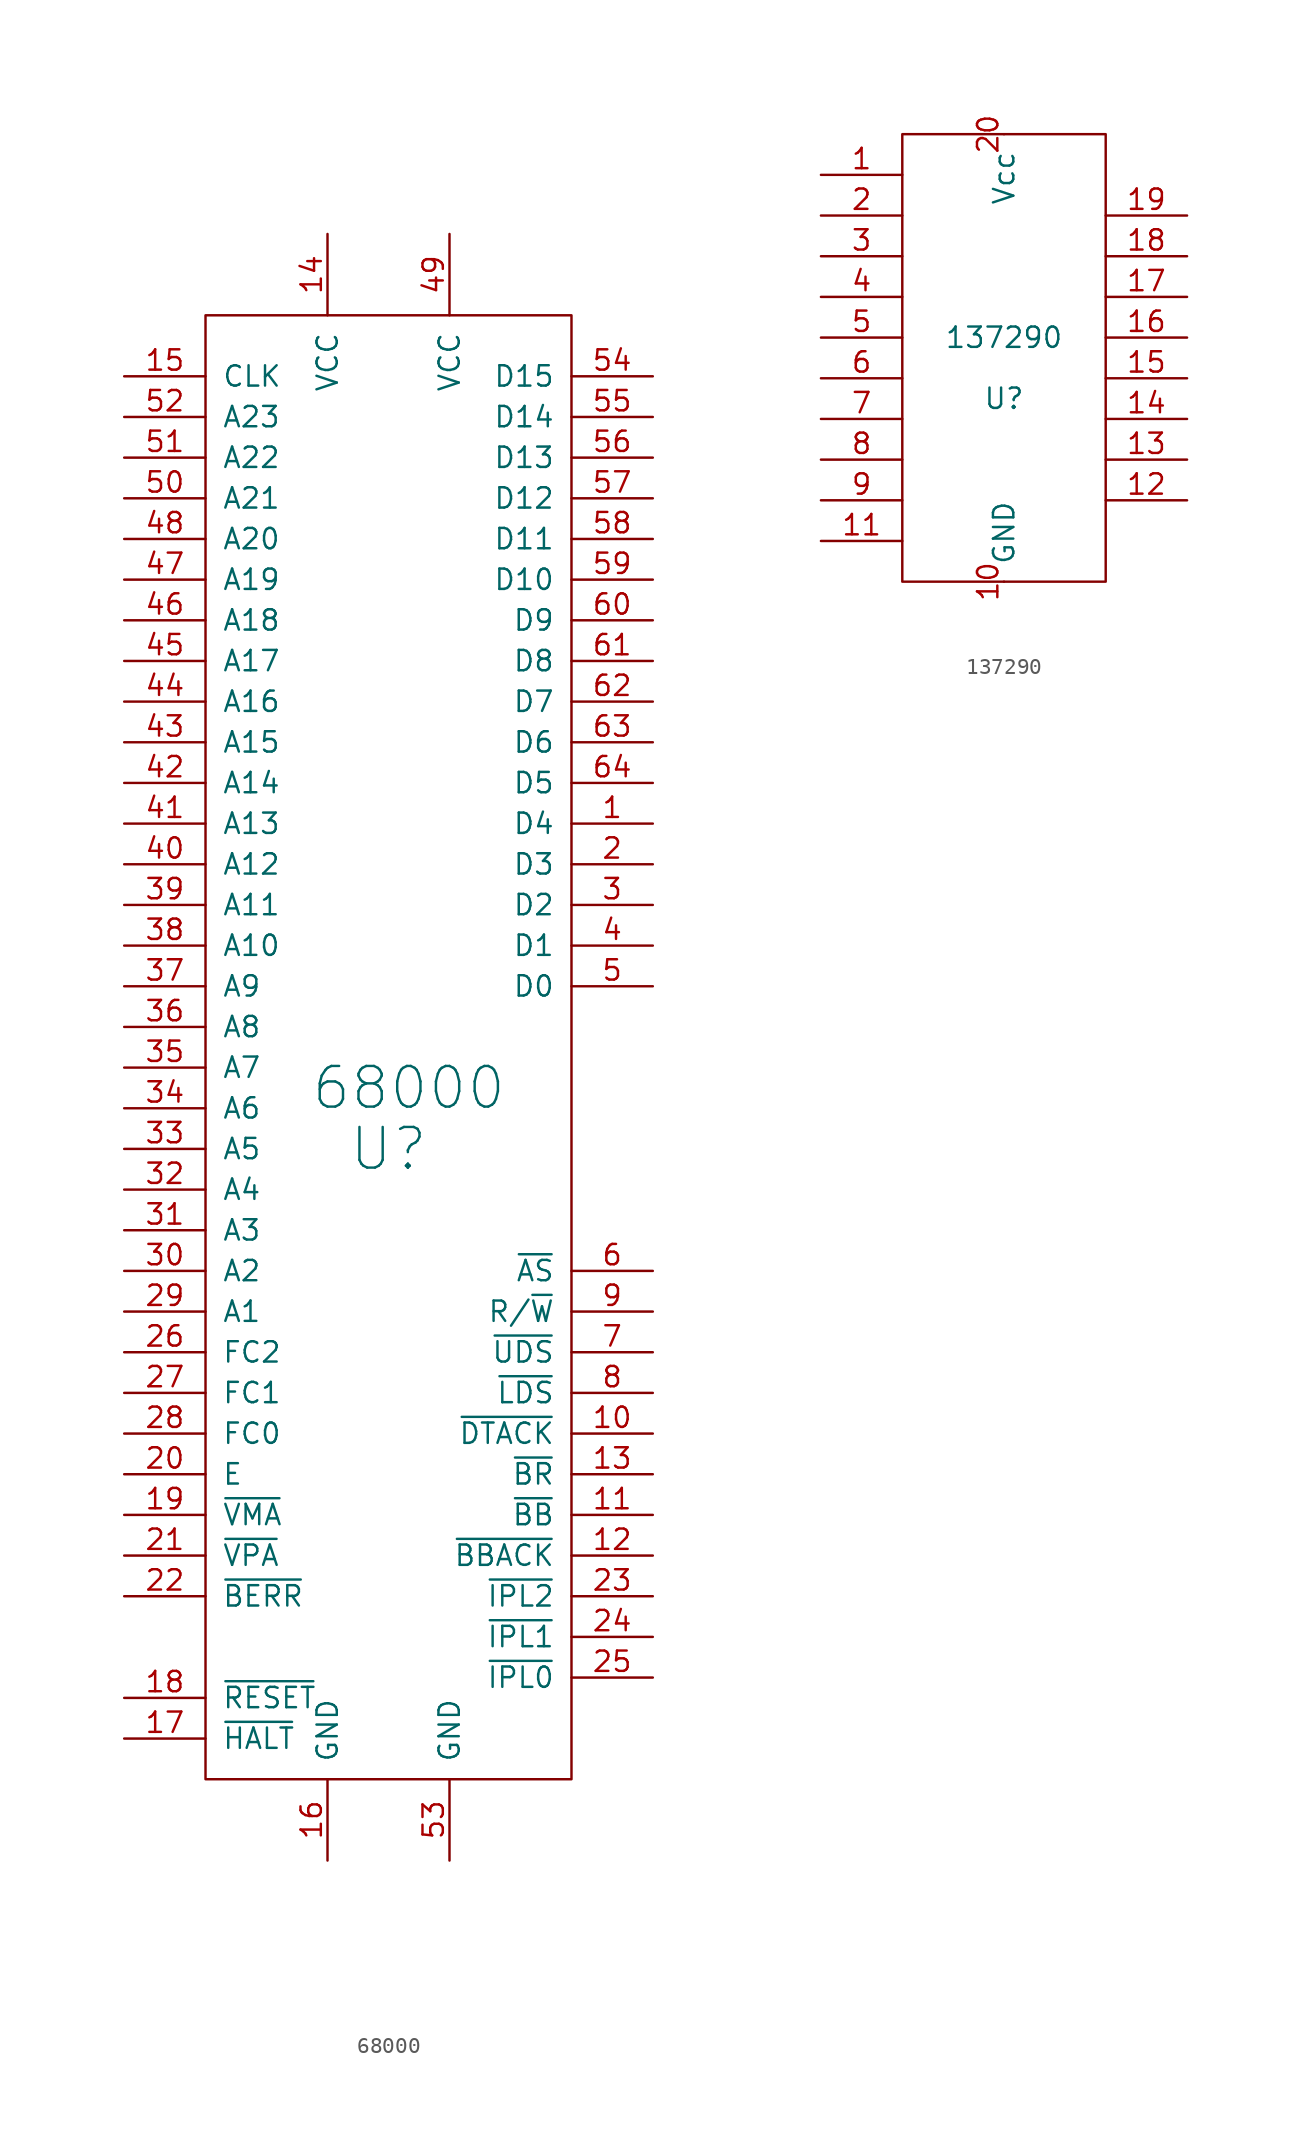
<source format=kicad_sym>
(kicad_symbol_lib
  (version 20211014)
  (generator kicad_symbol_editor)
  (symbol "68000"
    (pin_names
      (offset 1.016))
    (property "Reference" "U"
      (at 0 -6.35 0)
      (effects (font (size 2.54 2.54))))
    (property "Value" "68000"
      (at 1.27 -2.54 0)
      (effects (font (size 2.54 2.54))))
    (symbol "68000_0_1"
      (rectangle (start -11.43 45.72) (end 11.43 -45.72) (stroke (width 0) (type default) (color 0 0 0 0)) (fill (type none))))
    (symbol "68000_1_1"
      (pin bidirectional line (at 16.51 13.97 180) (length 5.08) (name "D4" (effects (font (size 1.27 1.27)))) (number "1" (effects (font (size 1.27 1.27)))))
      (pin input line (at 16.51 -24.13 180) (length 5.08) (name "~{DTACK}" (effects (font (size 1.27 1.27)))) (number "10" (effects (font (size 1.27 1.27)))))
      (pin output line (at 16.51 -29.21 180) (length 5.08) (name "~{BB}" (effects (font (size 1.27 1.27)))) (number "11" (effects (font (size 1.27 1.27)))))
      (pin input line (at 16.51 -31.75 180) (length 5.08) (name "~{BBACK}" (effects (font (size 1.27 1.27)))) (number "12" (effects (font (size 1.27 1.27)))))
      (pin input line (at 16.51 -26.67 180) (length 5.08) (name "~{BR}" (effects (font (size 1.27 1.27)))) (number "13" (effects (font (size 1.27 1.27)))))
      (pin power_in line (at -3.81 50.8 270) (length 5.08) (name "VCC" (effects (font (size 1.27 1.27)))) (number "14" (effects (font (size 1.27 1.27)))))
      (pin input line (at -16.51 41.91 0) (length 5.08) (name "CLK" (effects (font (size 1.27 1.27)))) (number "15" (effects (font (size 1.27 1.27)))))
      (pin power_in line (at -3.81 -50.8 90) (length 5.08) (name "GND" (effects (font (size 1.27 1.27)))) (number "16" (effects (font (size 1.27 1.27)))))
      (pin bidirectional line (at -16.51 -43.18 0) (length 5.08) (name "~{HALT}" (effects (font (size 1.27 1.27)))) (number "17" (effects (font (size 1.27 1.27)))))
      (pin bidirectional line (at -16.51 -40.64 0) (length 5.08) (name "~{RESET}" (effects (font (size 1.27 1.27)))) (number "18" (effects (font (size 1.27 1.27)))))
      (pin output line (at -16.51 -29.21 0) (length 5.08) (name "~{VMA}" (effects (font (size 1.27 1.27)))) (number "19" (effects (font (size 1.27 1.27)))))
      (pin bidirectional line (at 16.51 11.43 180) (length 5.08) (name "D3" (effects (font (size 1.27 1.27)))) (number "2" (effects (font (size 1.27 1.27)))))
      (pin output line (at -16.51 -26.67 0) (length 5.08) (name "E" (effects (font (size 1.27 1.27)))) (number "20" (effects (font (size 1.27 1.27)))))
      (pin input line (at -16.51 -31.75 0) (length 5.08) (name "~{VPA}" (effects (font (size 1.27 1.27)))) (number "21" (effects (font (size 1.27 1.27)))))
      (pin input line (at -16.51 -34.29 0) (length 5.08) (name "~{BERR}" (effects (font (size 1.27 1.27)))) (number "22" (effects (font (size 1.27 1.27)))))
      (pin input line (at 16.51 -34.29 180) (length 5.08) (name "~{IPL2}" (effects (font (size 1.27 1.27)))) (number "23" (effects (font (size 1.27 1.27)))))
      (pin input line (at 16.51 -36.83 180) (length 5.08) (name "~{IPL1}" (effects (font (size 1.27 1.27)))) (number "24" (effects (font (size 1.27 1.27)))))
      (pin input line (at 16.51 -39.37 180) (length 5.08) (name "~{IPL0}" (effects (font (size 1.27 1.27)))) (number "25" (effects (font (size 1.27 1.27)))))
      (pin output line (at -16.51 -19.05 0) (length 5.08) (name "FC2" (effects (font (size 1.27 1.27)))) (number "26" (effects (font (size 1.27 1.27)))))
      (pin output line (at -16.51 -21.59 0) (length 5.08) (name "FC1" (effects (font (size 1.27 1.27)))) (number "27" (effects (font (size 1.27 1.27)))))
      (pin output line (at -16.51 -24.13 0) (length 5.08) (name "FC0" (effects (font (size 1.27 1.27)))) (number "28" (effects (font (size 1.27 1.27)))))
      (pin output line (at -16.51 -16.51 0) (length 5.08) (name "A1" (effects (font (size 1.27 1.27)))) (number "29" (effects (font (size 1.27 1.27)))))
      (pin bidirectional line (at 16.51 8.89 180) (length 5.08) (name "D2" (effects (font (size 1.27 1.27)))) (number "3" (effects (font (size 1.27 1.27)))))
      (pin output line (at -16.51 -13.97 0) (length 5.08) (name "A2" (effects (font (size 1.27 1.27)))) (number "30" (effects (font (size 1.27 1.27)))))
      (pin output line (at -16.51 -11.43 0) (length 5.08) (name "A3" (effects (font (size 1.27 1.27)))) (number "31" (effects (font (size 1.27 1.27)))))
      (pin output line (at -16.51 -8.89 0) (length 5.08) (name "A4" (effects (font (size 1.27 1.27)))) (number "32" (effects (font (size 1.27 1.27)))))
      (pin output line (at -16.51 -6.35 0) (length 5.08) (name "A5" (effects (font (size 1.27 1.27)))) (number "33" (effects (font (size 1.27 1.27)))))
      (pin output line (at -16.51 -3.81 0) (length 5.08) (name "A6" (effects (font (size 1.27 1.27)))) (number "34" (effects (font (size 1.27 1.27)))))
      (pin output line (at -16.51 -1.27 0) (length 5.08) (name "A7" (effects (font (size 1.27 1.27)))) (number "35" (effects (font (size 1.27 1.27)))))
      (pin output line (at -16.51 1.27 0) (length 5.08) (name "A8" (effects (font (size 1.27 1.27)))) (number "36" (effects (font (size 1.27 1.27)))))
      (pin output line (at -16.51 3.81 0) (length 5.08) (name "A9" (effects (font (size 1.27 1.27)))) (number "37" (effects (font (size 1.27 1.27)))))
      (pin output line (at -16.51 6.35 0) (length 5.08) (name "A10" (effects (font (size 1.27 1.27)))) (number "38" (effects (font (size 1.27 1.27)))))
      (pin output line (at -16.51 8.89 0) (length 5.08) (name "A11" (effects (font (size 1.27 1.27)))) (number "39" (effects (font (size 1.27 1.27)))))
      (pin bidirectional line (at 16.51 6.35 180) (length 5.08) (name "D1" (effects (font (size 1.27 1.27)))) (number "4" (effects (font (size 1.27 1.27)))))
      (pin output line (at -16.51 11.43 0) (length 5.08) (name "A12" (effects (font (size 1.27 1.27)))) (number "40" (effects (font (size 1.27 1.27)))))
      (pin output line (at -16.51 13.97 0) (length 5.08) (name "A13" (effects (font (size 1.27 1.27)))) (number "41" (effects (font (size 1.27 1.27)))))
      (pin output line (at -16.51 16.51 0) (length 5.08) (name "A14" (effects (font (size 1.27 1.27)))) (number "42" (effects (font (size 1.27 1.27)))))
      (pin output line (at -16.51 19.05 0) (length 5.08) (name "A15" (effects (font (size 1.27 1.27)))) (number "43" (effects (font (size 1.27 1.27)))))
      (pin output line (at -16.51 21.59 0) (length 5.08) (name "A16" (effects (font (size 1.27 1.27)))) (number "44" (effects (font (size 1.27 1.27)))))
      (pin output line (at -16.51 24.13 0) (length 5.08) (name "A17" (effects (font (size 1.27 1.27)))) (number "45" (effects (font (size 1.27 1.27)))))
      (pin output line (at -16.51 26.67 0) (length 5.08) (name "A18" (effects (font (size 1.27 1.27)))) (number "46" (effects (font (size 1.27 1.27)))))
      (pin output line (at -16.51 29.21 0) (length 5.08) (name "A19" (effects (font (size 1.27 1.27)))) (number "47" (effects (font (size 1.27 1.27)))))
      (pin output line (at -16.51 31.75 0) (length 5.08) (name "A20" (effects (font (size 1.27 1.27)))) (number "48" (effects (font (size 1.27 1.27)))))
      (pin power_in line (at 3.81 50.8 270) (length 5.08) (name "VCC" (effects (font (size 1.27 1.27)))) (number "49" (effects (font (size 1.27 1.27)))))
      (pin bidirectional line (at 16.51 3.81 180) (length 5.08) (name "D0" (effects (font (size 1.27 1.27)))) (number "5" (effects (font (size 1.27 1.27)))))
      (pin output line (at -16.51 34.29 0) (length 5.08) (name "A21" (effects (font (size 1.27 1.27)))) (number "50" (effects (font (size 1.27 1.27)))))
      (pin output line (at -16.51 36.83 0) (length 5.08) (name "A22" (effects (font (size 1.27 1.27)))) (number "51" (effects (font (size 1.27 1.27)))))
      (pin output line (at -16.51 39.37 0) (length 5.08) (name "A23" (effects (font (size 1.27 1.27)))) (number "52" (effects (font (size 1.27 1.27)))))
      (pin power_in line (at 3.81 -50.8 90) (length 5.08) (name "GND" (effects (font (size 1.27 1.27)))) (number "53" (effects (font (size 1.27 1.27)))))
      (pin bidirectional line (at 16.51 41.91 180) (length 5.08) (name "D15" (effects (font (size 1.27 1.27)))) (number "54" (effects (font (size 1.27 1.27)))))
      (pin bidirectional line (at 16.51 39.37 180) (length 5.08) (name "D14" (effects (font (size 1.27 1.27)))) (number "55" (effects (font (size 1.27 1.27)))))
      (pin bidirectional line (at 16.51 36.83 180) (length 5.08) (name "D13" (effects (font (size 1.27 1.27)))) (number "56" (effects (font (size 1.27 1.27)))))
      (pin bidirectional line (at 16.51 34.29 180) (length 5.08) (name "D12" (effects (font (size 1.27 1.27)))) (number "57" (effects (font (size 1.27 1.27)))))
      (pin bidirectional line (at 16.51 31.75 180) (length 5.08) (name "D11" (effects (font (size 1.27 1.27)))) (number "58" (effects (font (size 1.27 1.27)))))
      (pin bidirectional line (at 16.51 29.21 180) (length 5.08) (name "D10" (effects (font (size 1.27 1.27)))) (number "59" (effects (font (size 1.27 1.27)))))
      (pin output line (at 16.51 -13.97 180) (length 5.08) (name "~{AS}" (effects (font (size 1.27 1.27)))) (number "6" (effects (font (size 1.27 1.27)))))
      (pin bidirectional line (at 16.51 26.67 180) (length 5.08) (name "D9" (effects (font (size 1.27 1.27)))) (number "60" (effects (font (size 1.27 1.27)))))
      (pin bidirectional line (at 16.51 24.13 180) (length 5.08) (name "D8" (effects (font (size 1.27 1.27)))) (number "61" (effects (font (size 1.27 1.27)))))
      (pin bidirectional line (at 16.51 21.59 180) (length 5.08) (name "D7" (effects (font (size 1.27 1.27)))) (number "62" (effects (font (size 1.27 1.27)))))
      (pin bidirectional line (at 16.51 19.05 180) (length 5.08) (name "D6" (effects (font (size 1.27 1.27)))) (number "63" (effects (font (size 1.27 1.27)))))
      (pin bidirectional line (at 16.51 16.51 180) (length 5.08) (name "D5" (effects (font (size 1.27 1.27)))) (number "64" (effects (font (size 1.27 1.27)))))
      (pin output line (at 16.51 -19.05 180) (length 5.08) (name "~{UDS}" (effects (font (size 1.27 1.27)))) (number "7" (effects (font (size 1.27 1.27)))))
      (pin output line (at 16.51 -21.59 180) (length 5.08) (name "~{LDS}" (effects (font (size 1.27 1.27)))) (number "8" (effects (font (size 1.27 1.27)))))
      (pin output line (at 16.51 -16.51 180) (length 5.08) (name "R/~{W}" (effects (font (size 1.27 1.27)))) (number "9" (effects (font (size 1.27 1.27)))))))
  (symbol "137290"
    (pin_names
      (offset 1.016))
    (property "Reference" "U"
      (at 0 -2.54 0)
      (effects (font (size 1.27 1.27))))
    (property "Value" "137290"
      (at 0 1.27 0)
      (effects (font (size 1.27 1.27))))
    (symbol "137290_0_1"
      (rectangle (start -6.35 13.97) (end 6.35 -13.97) (stroke (width 0) (type default) (color 0 0 0 0)) (fill (type none))))
    (symbol "137290_1_1"
      (pin input line (at -11.43 11.43 0) (length 5.08) (name "~" (effects (font (size 1.27 1.27)))) (number "1" (effects (font (size 1.27 1.27)))))
      (pin power_in line (at 0 -13.97 90) (length 0) (name "GND" (effects (font (size 1.27 1.27)))) (number "10" (effects (font (size 1.27 1.27)))))
      (pin input line (at -11.43 -11.43 0) (length 5.08) (name "~" (effects (font (size 1.27 1.27)))) (number "11" (effects (font (size 1.27 1.27)))))
      (pin output line (at 11.43 -8.89 180) (length 5.08) (name "~" (effects (font (size 1.27 1.27)))) (number "12" (effects (font (size 1.27 1.27)))))
      (pin output line (at 11.43 -6.35 180) (length 5.08) (name "~" (effects (font (size 1.27 1.27)))) (number "13" (effects (font (size 1.27 1.27)))))
      (pin output line (at 11.43 -3.81 180) (length 5.08) (name "~" (effects (font (size 1.27 1.27)))) (number "14" (effects (font (size 1.27 1.27)))))
      (pin output line (at 11.43 -1.27 180) (length 5.08) (name "~" (effects (font (size 1.27 1.27)))) (number "15" (effects (font (size 1.27 1.27)))))
      (pin output line (at 11.43 1.27 180) (length 5.08) (name "~" (effects (font (size 1.27 1.27)))) (number "16" (effects (font (size 1.27 1.27)))))
      (pin output line (at 11.43 3.81 180) (length 5.08) (name "~" (effects (font (size 1.27 1.27)))) (number "17" (effects (font (size 1.27 1.27)))))
      (pin output line (at 11.43 6.35 180) (length 5.08) (name "~" (effects (font (size 1.27 1.27)))) (number "18" (effects (font (size 1.27 1.27)))))
      (pin output line (at 11.43 8.89 180) (length 5.08) (name "~" (effects (font (size 1.27 1.27)))) (number "19" (effects (font (size 1.27 1.27)))))
      (pin input line (at -11.43 8.89 0) (length 5.08) (name "~" (effects (font (size 1.27 1.27)))) (number "2" (effects (font (size 1.27 1.27)))))
      (pin power_in line (at 0 13.97 270) (length 0) (name "Vcc" (effects (font (size 1.27 1.27)))) (number "20" (effects (font (size 1.27 1.27)))))
      (pin input line (at -11.43 6.35 0) (length 5.08) (name "~" (effects (font (size 1.27 1.27)))) (number "3" (effects (font (size 1.27 1.27)))))
      (pin input line (at -11.43 3.81 0) (length 5.08) (name "~" (effects (font (size 1.27 1.27)))) (number "4" (effects (font (size 1.27 1.27)))))
      (pin input line (at -11.43 1.27 0) (length 5.08) (name "~" (effects (font (size 1.27 1.27)))) (number "5" (effects (font (size 1.27 1.27)))))
      (pin input line (at -11.43 -1.27 0) (length 5.08) (name "~" (effects (font (size 1.27 1.27)))) (number "6" (effects (font (size 1.27 1.27)))))
      (pin input line (at -11.43 -3.81 0) (length 5.08) (name "~" (effects (font (size 1.27 1.27)))) (number "7" (effects (font (size 1.27 1.27)))))
      (pin input line (at -11.43 -6.35 0) (length 5.08) (name "~" (effects (font (size 1.27 1.27)))) (number "8" (effects (font (size 1.27 1.27)))))
      (pin input line (at -11.43 -8.89 0) (length 5.08) (name "~" (effects (font (size 1.27 1.27)))) (number "9" (effects (font (size 1.27 1.27))))))))
</source>
